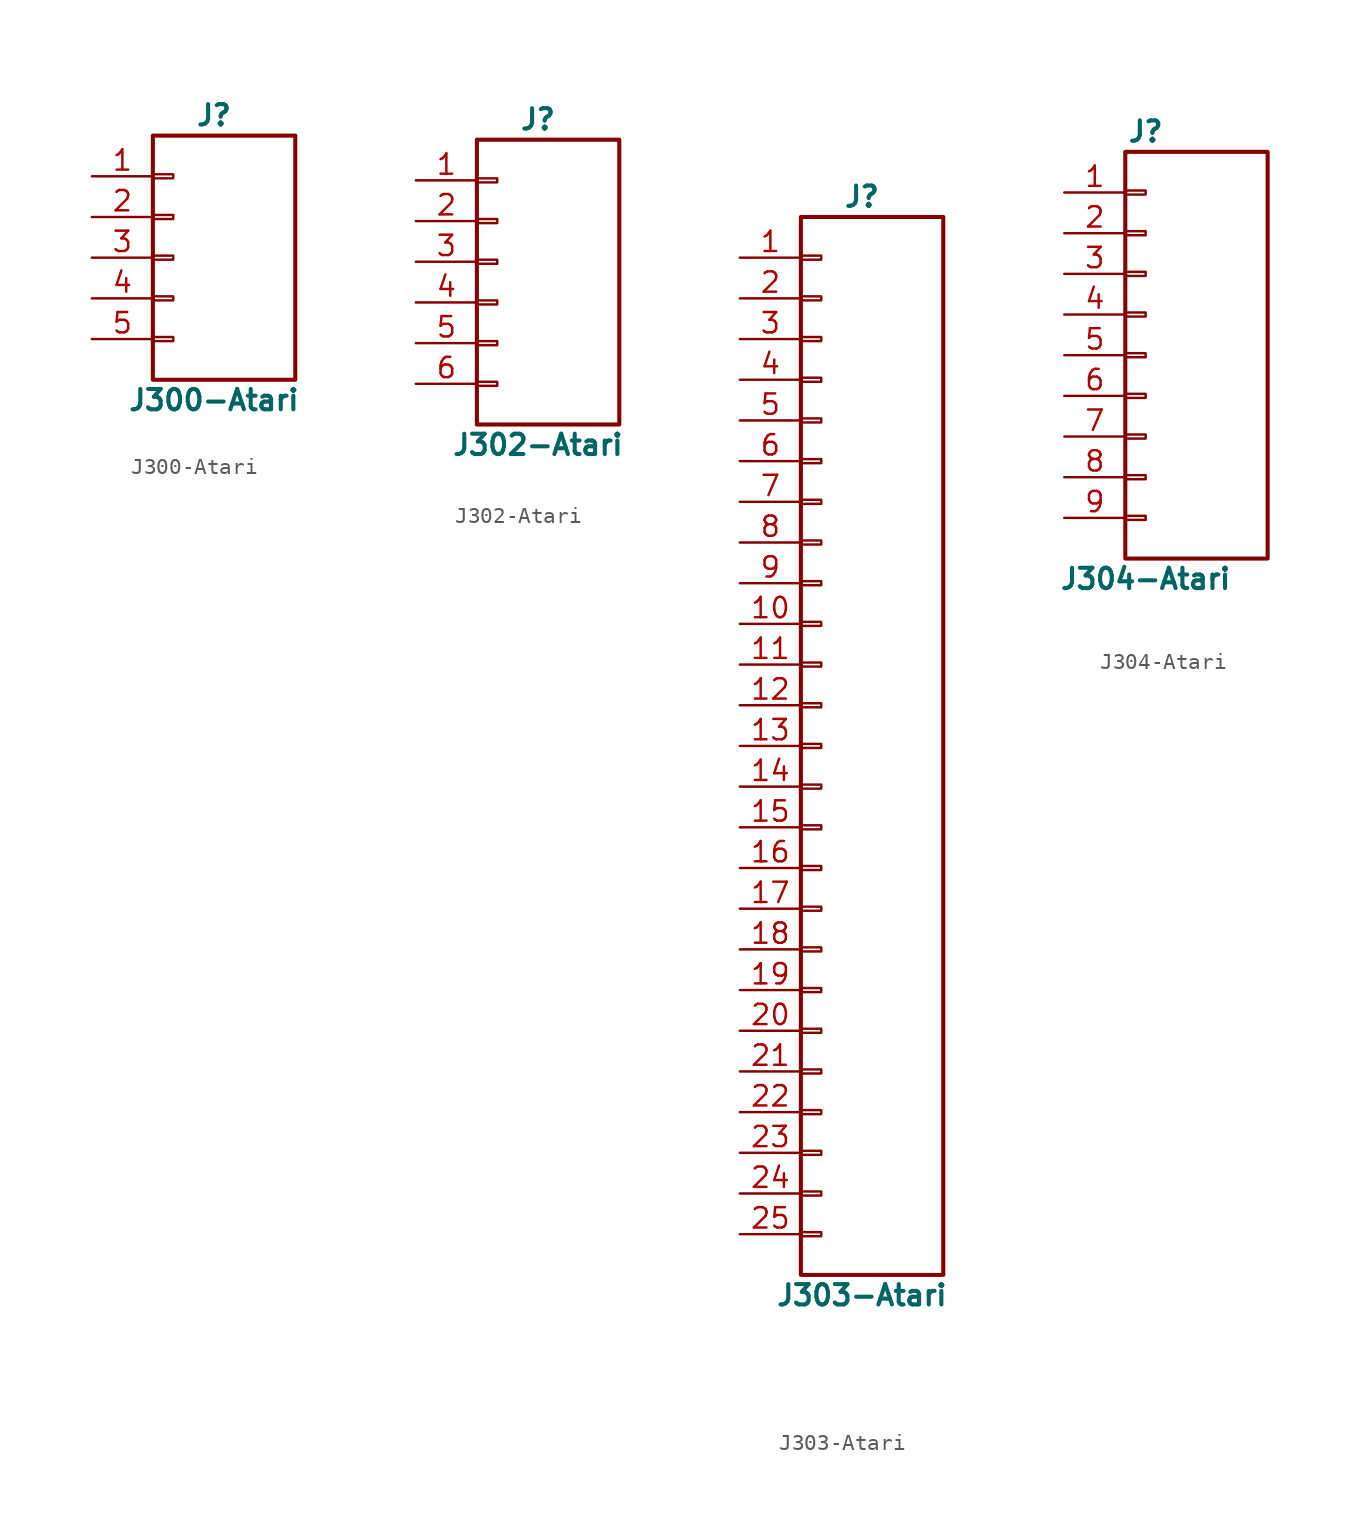
<source format=kicad_sym>
(kicad_symbol_lib
  (version 20231120)
  (generator "kicad_symbol_editor")
  (generator_version "8.0")
  (symbol "J300-Atari"
    (pin_names
      (offset 1.016) hide)
    (property "Reference" "J"
      (at 0 8.89 0)
      (effects (font (size 1.27 1.27) (bold yes))))
    (property "Value" "J300-Atari"
      (at 0 -8.89 0)
      (effects (font (size 1.27 1.27) (bold yes))))
    (symbol "J300-Atari_1_1"
      (rectangle (start -3.81 -4.953) (end -2.54 -5.207) (stroke (width 0.152) (type solid)) (fill (type none)))
      (rectangle (start -3.81 -2.413) (end -2.54 -2.667) (stroke (width 0.152) (type solid)) (fill (type none)))
      (rectangle (start -3.81 0.127) (end -2.54 -0.127) (stroke (width 0.152) (type solid)) (fill (type none)))
      (rectangle (start -3.81 2.667) (end -2.54 2.413) (stroke (width 0.152) (type solid)) (fill (type none)))
      (rectangle (start -3.81 5.207) (end -2.54 4.953) (stroke (width 0.152) (type solid)) (fill (type none)))
      (rectangle (start -3.81 7.62) (end 5.08 -7.62) (stroke (width 0.254) (type solid)) (fill (type none)))
      (pin passive line (at -7.62 5.08 0) (length 3.81) (name "Pin_1" (effects (font (size 1.27 1.27)))) (number "1" (effects (font (size 1.27 1.27)))))
      (pin passive line (at -7.62 2.54 0) (length 3.81) (name "Pin_2" (effects (font (size 1.27 1.27)))) (number "2" (effects (font (size 1.27 1.27)))))
      (pin passive line (at -7.62 0 0) (length 3.81) (name "Pin_3" (effects (font (size 1.27 1.27)))) (number "3" (effects (font (size 1.27 1.27)))))
      (pin passive line (at -7.62 -2.54 0) (length 3.81) (name "Pin_4" (effects (font (size 1.27 1.27)))) (number "4" (effects (font (size 1.27 1.27)))))
      (pin passive line (at -7.62 -5.08 0) (length 3.81) (name "Pin_5" (effects (font (size 1.27 1.27)))) (number "5" (effects (font (size 1.27 1.27)))))))
  (symbol "J302-Atari"
    (pin_names
      (offset 1.016) hide)
    (property "Reference" "J"
      (at 0 8.89 0)
      (effects (font (size 1.27 1.27) (bold yes))))
    (property "Value" "J302-Atari"
      (at 0 -11.43 0)
      (effects (font (size 1.27 1.27) (bold yes))))
    (symbol "J302-Atari_1_1"
      (rectangle (start -3.81 -7.493) (end -2.54 -7.747) (stroke (width 0.152) (type solid)) (fill (type none)))
      (rectangle (start -3.81 -4.953) (end -2.54 -5.207) (stroke (width 0.152) (type solid)) (fill (type none)))
      (rectangle (start -3.81 -2.413) (end -2.54 -2.667) (stroke (width 0.152) (type solid)) (fill (type none)))
      (rectangle (start -3.81 0.127) (end -2.54 -0.127) (stroke (width 0.152) (type solid)) (fill (type none)))
      (rectangle (start -3.81 2.667) (end -2.54 2.413) (stroke (width 0.152) (type solid)) (fill (type none)))
      (rectangle (start -3.81 5.207) (end -2.54 4.953) (stroke (width 0.152) (type solid)) (fill (type none)))
      (rectangle (start -3.81 7.62) (end 5.08 -10.16) (stroke (width 0.254) (type solid)) (fill (type none)))
      (pin passive line (at -7.62 5.08 0) (length 3.81) (name "Pin_1" (effects (font (size 1.27 1.27)))) (number "1" (effects (font (size 1.27 1.27)))))
      (pin passive line (at -7.62 2.54 0) (length 3.81) (name "Pin_2" (effects (font (size 1.27 1.27)))) (number "2" (effects (font (size 1.27 1.27)))))
      (pin passive line (at -7.62 0 0) (length 3.81) (name "Pin_3" (effects (font (size 1.27 1.27)))) (number "3" (effects (font (size 1.27 1.27)))))
      (pin passive line (at -7.62 -2.54 0) (length 3.81) (name "Pin_4" (effects (font (size 1.27 1.27)))) (number "4" (effects (font (size 1.27 1.27)))))
      (pin passive line (at -7.62 -5.08 0) (length 3.81) (name "Pin_5" (effects (font (size 1.27 1.27)))) (number "5" (effects (font (size 1.27 1.27)))))
      (pin passive line (at -7.62 -7.62 0) (length 3.81) (name "Pin_6" (effects (font (size 1.27 1.27)))) (number "6" (effects (font (size 1.27 1.27)))))))
  (symbol "J303-Atari"
    (pin_names
      (offset 1.016) hide)
    (property "Reference" "J"
      (at 2.54 34.29 0)
      (effects (font (size 1.27 1.27) (bold yes))))
    (property "Value" "J303-Atari"
      (at 2.54 -34.29 0)
      (effects (font (size 1.27 1.27) (bold yes))))
    (symbol "J303-Atari_1_1"
      (rectangle (start -1.27 -30.353) (end 0 -30.607) (stroke (width 0.152) (type solid)) (fill (type none)))
      (rectangle (start -1.27 -27.813) (end 0 -28.067) (stroke (width 0.152) (type solid)) (fill (type none)))
      (rectangle (start -1.27 -25.273) (end 0 -25.527) (stroke (width 0.152) (type solid)) (fill (type none)))
      (rectangle (start -1.27 -22.733) (end 0 -22.987) (stroke (width 0.152) (type solid)) (fill (type none)))
      (rectangle (start -1.27 -20.193) (end 0 -20.447) (stroke (width 0.152) (type solid)) (fill (type none)))
      (rectangle (start -1.27 -17.653) (end 0 -17.907) (stroke (width 0.152) (type solid)) (fill (type none)))
      (rectangle (start -1.27 -15.113) (end 0 -15.367) (stroke (width 0.152) (type solid)) (fill (type none)))
      (rectangle (start -1.27 -12.573) (end 0 -12.827) (stroke (width 0.152) (type solid)) (fill (type none)))
      (rectangle (start -1.27 -10.033) (end 0 -10.287) (stroke (width 0.152) (type solid)) (fill (type none)))
      (rectangle (start -1.27 -7.493) (end 0 -7.747) (stroke (width 0.152) (type solid)) (fill (type none)))
      (rectangle (start -1.27 -4.953) (end 0 -5.207) (stroke (width 0.152) (type solid)) (fill (type none)))
      (rectangle (start -1.27 -2.413) (end 0 -2.667) (stroke (width 0.152) (type solid)) (fill (type none)))
      (rectangle (start -1.27 0.127) (end 0 -0.127) (stroke (width 0.152) (type solid)) (fill (type none)))
      (rectangle (start -1.27 2.667) (end 0 2.413) (stroke (width 0.152) (type solid)) (fill (type none)))
      (rectangle (start -1.27 5.207) (end 0 4.953) (stroke (width 0.152) (type solid)) (fill (type none)))
      (rectangle (start -1.27 7.747) (end 0 7.493) (stroke (width 0.152) (type solid)) (fill (type none)))
      (rectangle (start -1.27 10.287) (end 0 10.033) (stroke (width 0.152) (type solid)) (fill (type none)))
      (rectangle (start -1.27 12.827) (end 0 12.573) (stroke (width 0.152) (type solid)) (fill (type none)))
      (rectangle (start -1.27 15.367) (end 0 15.113) (stroke (width 0.152) (type solid)) (fill (type none)))
      (rectangle (start -1.27 17.907) (end 0 17.653) (stroke (width 0.152) (type solid)) (fill (type none)))
      (rectangle (start -1.27 20.447) (end 0 20.193) (stroke (width 0.152) (type solid)) (fill (type none)))
      (rectangle (start -1.27 22.987) (end 0 22.733) (stroke (width 0.152) (type solid)) (fill (type none)))
      (rectangle (start -1.27 25.527) (end 0 25.273) (stroke (width 0.152) (type solid)) (fill (type none)))
      (rectangle (start -1.27 28.067) (end 0 27.813) (stroke (width 0.152) (type solid)) (fill (type none)))
      (rectangle (start -1.27 30.607) (end 0 30.353) (stroke (width 0.152) (type solid)) (fill (type none)))
      (rectangle (start -1.27 33.02) (end 7.62 -33.02) (stroke (width 0.254) (type solid)) (fill (type none)))
      (pin passive line (at -5.08 30.48 0) (length 3.81) (name "Pin_1" (effects (font (size 1.27 1.27)))) (number "1" (effects (font (size 1.27 1.27)))))
      (pin passive line (at -5.08 7.62 0) (length 3.81) (name "Pin_10" (effects (font (size 1.27 1.27)))) (number "10" (effects (font (size 1.27 1.27)))))
      (pin passive line (at -5.08 5.08 0) (length 3.81) (name "Pin_11" (effects (font (size 1.27 1.27)))) (number "11" (effects (font (size 1.27 1.27)))))
      (pin passive line (at -5.08 2.54 0) (length 3.81) (name "Pin_12" (effects (font (size 1.27 1.27)))) (number "12" (effects (font (size 1.27 1.27)))))
      (pin passive line (at -5.08 0 0) (length 3.81) (name "Pin_13" (effects (font (size 1.27 1.27)))) (number "13" (effects (font (size 1.27 1.27)))))
      (pin passive line (at -5.08 -2.54 0) (length 3.81) (name "Pin_14" (effects (font (size 1.27 1.27)))) (number "14" (effects (font (size 1.27 1.27)))))
      (pin passive line (at -5.08 -5.08 0) (length 3.81) (name "Pin_15" (effects (font (size 1.27 1.27)))) (number "15" (effects (font (size 1.27 1.27)))))
      (pin passive line (at -5.08 -7.62 0) (length 3.81) (name "Pin_16" (effects (font (size 1.27 1.27)))) (number "16" (effects (font (size 1.27 1.27)))))
      (pin passive line (at -5.08 -10.16 0) (length 3.81) (name "Pin_17" (effects (font (size 1.27 1.27)))) (number "17" (effects (font (size 1.27 1.27)))))
      (pin passive line (at -5.08 -12.7 0) (length 3.81) (name "Pin_18" (effects (font (size 1.27 1.27)))) (number "18" (effects (font (size 1.27 1.27)))))
      (pin passive line (at -5.08 -15.24 0) (length 3.81) (name "Pin_19" (effects (font (size 1.27 1.27)))) (number "19" (effects (font (size 1.27 1.27)))))
      (pin passive line (at -5.08 27.94 0) (length 3.81) (name "Pin_2" (effects (font (size 1.27 1.27)))) (number "2" (effects (font (size 1.27 1.27)))))
      (pin passive line (at -5.08 -17.78 0) (length 3.81) (name "Pin_20" (effects (font (size 1.27 1.27)))) (number "20" (effects (font (size 1.27 1.27)))))
      (pin passive line (at -5.08 -20.32 0) (length 3.81) (name "Pin_21" (effects (font (size 1.27 1.27)))) (number "21" (effects (font (size 1.27 1.27)))))
      (pin passive line (at -5.08 -22.86 0) (length 3.81) (name "Pin_22" (effects (font (size 1.27 1.27)))) (number "22" (effects (font (size 1.27 1.27)))))
      (pin passive line (at -5.08 -25.4 0) (length 3.81) (name "Pin_23" (effects (font (size 1.27 1.27)))) (number "23" (effects (font (size 1.27 1.27)))))
      (pin passive line (at -5.08 -27.94 0) (length 3.81) (name "Pin_24" (effects (font (size 1.27 1.27)))) (number "24" (effects (font (size 1.27 1.27)))))
      (pin passive line (at -5.08 -30.48 0) (length 3.81) (name "Pin_25" (effects (font (size 1.27 1.27)))) (number "25" (effects (font (size 1.27 1.27)))))
      (pin passive line (at -5.08 25.4 0) (length 3.81) (name "Pin_3" (effects (font (size 1.27 1.27)))) (number "3" (effects (font (size 1.27 1.27)))))
      (pin passive line (at -5.08 22.86 0) (length 3.81) (name "Pin_4" (effects (font (size 1.27 1.27)))) (number "4" (effects (font (size 1.27 1.27)))))
      (pin passive line (at -5.08 20.32 0) (length 3.81) (name "Pin_5" (effects (font (size 1.27 1.27)))) (number "5" (effects (font (size 1.27 1.27)))))
      (pin passive line (at -5.08 17.78 0) (length 3.81) (name "Pin_6" (effects (font (size 1.27 1.27)))) (number "6" (effects (font (size 1.27 1.27)))))
      (pin passive line (at -5.08 15.24 0) (length 3.81) (name "Pin_7" (effects (font (size 1.27 1.27)))) (number "7" (effects (font (size 1.27 1.27)))))
      (pin passive line (at -5.08 12.7 0) (length 3.81) (name "Pin_8" (effects (font (size 1.27 1.27)))) (number "8" (effects (font (size 1.27 1.27)))))
      (pin passive line (at -5.08 10.16 0) (length 3.81) (name "Pin_9" (effects (font (size 1.27 1.27)))) (number "9" (effects (font (size 1.27 1.27)))))))
  (symbol "J304-Atari"
    (pin_names
      (offset 1.016) hide)
    (property "Reference" "J"
      (at 0 13.97 0)
      (effects (font (size 1.27 1.27) (bold yes))))
    (property "Value" "J304-Atari"
      (at 0 -13.97 0)
      (effects (font (size 1.27 1.27) (bold yes))))
    (symbol "J304-Atari_1_1"
      (rectangle (start -1.27 -10.033) (end 0 -10.287) (stroke (width 0.152) (type solid)) (fill (type none)))
      (rectangle (start -1.27 -7.493) (end 0 -7.747) (stroke (width 0.152) (type solid)) (fill (type none)))
      (rectangle (start -1.27 -4.953) (end 0 -5.207) (stroke (width 0.152) (type solid)) (fill (type none)))
      (rectangle (start -1.27 -2.413) (end 0 -2.667) (stroke (width 0.152) (type solid)) (fill (type none)))
      (rectangle (start -1.27 0.127) (end 0 -0.127) (stroke (width 0.152) (type solid)) (fill (type none)))
      (rectangle (start -1.27 2.667) (end 0 2.413) (stroke (width 0.152) (type solid)) (fill (type none)))
      (rectangle (start -1.27 5.207) (end 0 4.953) (stroke (width 0.152) (type solid)) (fill (type none)))
      (rectangle (start -1.27 7.747) (end 0 7.493) (stroke (width 0.152) (type solid)) (fill (type none)))
      (rectangle (start -1.27 10.287) (end 0 10.033) (stroke (width 0.152) (type solid)) (fill (type none)))
      (rectangle (start -1.27 12.7) (end 7.62 -12.7) (stroke (width 0.254) (type solid)) (fill (type none)))
      (pin passive line (at -5.08 10.16 0) (length 3.81) (name "Pin_1" (effects (font (size 1.27 1.27)))) (number "1" (effects (font (size 1.27 1.27)))))
      (pin passive line (at -5.08 7.62 0) (length 3.81) (name "Pin_2" (effects (font (size 1.27 1.27)))) (number "2" (effects (font (size 1.27 1.27)))))
      (pin passive line (at -5.08 5.08 0) (length 3.81) (name "Pin_3" (effects (font (size 1.27 1.27)))) (number "3" (effects (font (size 1.27 1.27)))))
      (pin passive line (at -5.08 2.54 0) (length 3.81) (name "Pin_4" (effects (font (size 1.27 1.27)))) (number "4" (effects (font (size 1.27 1.27)))))
      (pin passive line (at -5.08 0 0) (length 3.81) (name "Pin_5" (effects (font (size 1.27 1.27)))) (number "5" (effects (font (size 1.27 1.27)))))
      (pin passive line (at -5.08 -2.54 0) (length 3.81) (name "Pin_6" (effects (font (size 1.27 1.27)))) (number "6" (effects (font (size 1.27 1.27)))))
      (pin passive line (at -5.08 -5.08 0) (length 3.81) (name "Pin_7" (effects (font (size 1.27 1.27)))) (number "7" (effects (font (size 1.27 1.27)))))
      (pin passive line (at -5.08 -7.62 0) (length 3.81) (name "Pin_8" (effects (font (size 1.27 1.27)))) (number "8" (effects (font (size 1.27 1.27)))))
      (pin passive line (at -5.08 -10.16 0) (length 3.81) (name "Pin_9" (effects (font (size 1.27 1.27)))) (number "9" (effects (font (size 1.27 1.27))))))))
</source>
